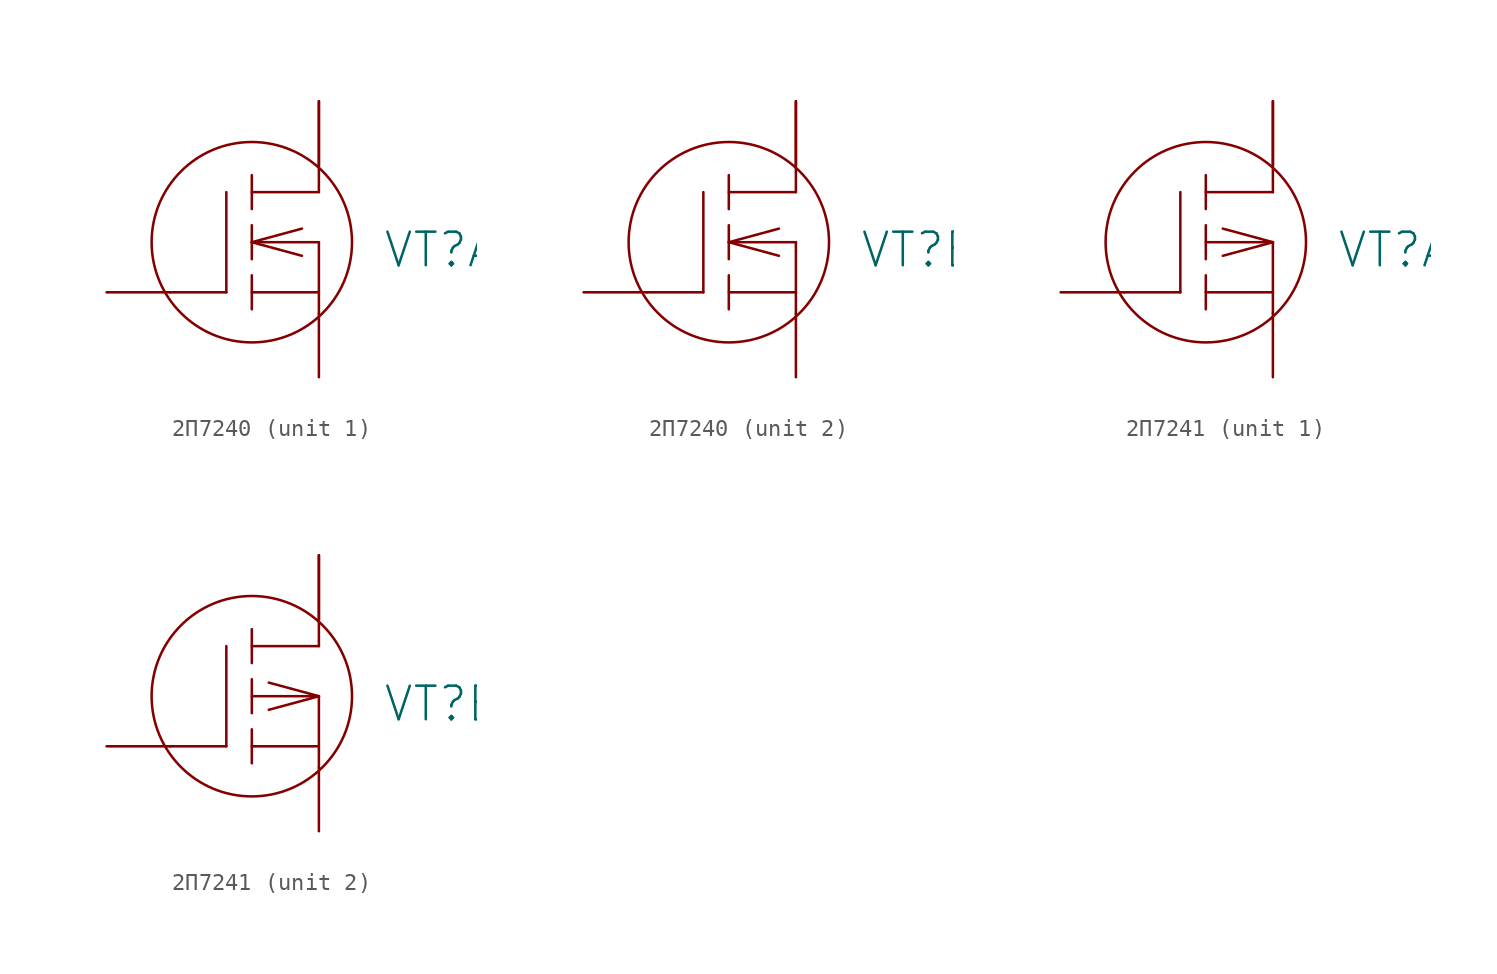
<source format=kicad_sym>
(kicad_symbol_lib
  (version 20231120)
  (generator "kicad_symbol_editor")
  (generator_version "8.0")
  (symbol "2П7240"
    (pin_numbers hide)
    (pin_names
      (offset 0) hide)
    (property "Reference" "VT"
      (at 7.62 0 0)
      (effects (font (size 2.007 2.007)) (justify left)))
    (symbol "2П7240_0_1"
      (circle (center -0.203 0.457) (radius 5.994) (stroke (width 0) (type solid)) (fill (type none)))
      (polyline (pts (xy -5.08 -2.54) (xy -1.727 -2.54)) (stroke (width 0) (type solid)) (fill (type none)))
      (polyline (pts (xy -1.727 -2.54) (xy -1.727 3.454)) (stroke (width 0) (type solid)) (fill (type none)))
      (polyline (pts (xy -0.203 -2.54) (xy 3.81 -2.54)) (stroke (width 0) (type solid)) (fill (type none)))
      (polyline (pts (xy -0.203 -1.524) (xy -0.203 -3.556)) (stroke (width 0) (type solid)) (fill (type none)))
      (polyline (pts (xy -0.203 0.457) (xy 2.794 -0.356)) (stroke (width 0) (type solid)) (fill (type none)))
      (polyline (pts (xy -0.203 0.457) (xy 2.794 1.27)) (stroke (width 0) (type solid)) (fill (type none)))
      (polyline (pts (xy -0.203 0.457) (xy 3.81 0.457)) (stroke (width 0) (type solid)) (fill (type none)))
      (polyline (pts (xy -0.203 1.473) (xy -0.203 -0.559)) (stroke (width 0) (type solid)) (fill (type none)))
      (polyline (pts (xy -0.203 3.454) (xy 3.81 3.454)) (stroke (width 0) (type solid)) (fill (type none)))
      (polyline (pts (xy -0.203 4.47) (xy -0.203 2.438)) (stroke (width 0) (type solid)) (fill (type none)))
      (polyline (pts (xy 3.81 -3.81) (xy 3.81 0.457)) (stroke (width 0) (type solid)) (fill (type none)))
      (polyline (pts (xy 3.81 5.08) (xy 3.81 3.454)) (stroke (width 0) (type solid)) (fill (type none))))
    (symbol "2П7240_1_1"
      (pin passive line (at 3.81 -7.62 90) (length 3.81) (name "S1" (effects (font (size 2.007 2.007)))) (number "1" (effects (font (size 2.007 2.007)))))
      (pin passive line (at -8.89 -2.54 0) (length 3.81) (name "G1" (effects (font (size 2.007 2.007)))) (number "2" (effects (font (size 2.007 2.007)))))
      (pin passive line (at 3.81 8.89 270) (length 3.81) (name "D1" (effects (font (size 2.007 2.007)))) (number "5" (effects (font (size 2.007 2.007)))))
      (pin passive line (at 3.81 8.89 270) (length 3.81) (name "D1" (effects (font (size 2.007 2.007)))) (number "6" (effects (font (size 2.007 2.007))))))
    (symbol "2П7240_2_1"
      (pin passive line (at 3.81 -7.62 90) (length 3.81) (name "S2" (effects (font (size 2.007 2.007)))) (number "3" (effects (font (size 2.007 2.007)))))
      (pin passive line (at -8.89 -2.54 0) (length 3.81) (name "G2" (effects (font (size 2.007 2.007)))) (number "4" (effects (font (size 2.007 2.007)))))
      (pin passive line (at 3.81 8.89 270) (length 3.81) (name "D2" (effects (font (size 2.007 2.007)))) (number "7" (effects (font (size 2.007 2.007)))))
      (pin passive line (at 3.81 8.89 270) (length 3.81) (name "D2" (effects (font (size 2.007 2.007)))) (number "8" (effects (font (size 2.007 2.007)))))))
  (symbol "2П7241"
    (pin_numbers hide)
    (pin_names
      (offset 0) hide)
    (property "Reference" "VT"
      (at 7.62 0 0)
      (effects (font (size 2.007 2.007)) (justify left)))
    (symbol "2П7241_0_1"
      (circle (center -0.203 0.457) (radius 5.994) (stroke (width 0) (type solid)) (fill (type none)))
      (polyline (pts (xy -5.08 -2.54) (xy -1.727 -2.54)) (stroke (width 0) (type solid)) (fill (type none)))
      (polyline (pts (xy -1.727 -2.54) (xy -1.727 3.454)) (stroke (width 0) (type solid)) (fill (type none)))
      (polyline (pts (xy -0.203 -2.54) (xy 3.81 -2.54)) (stroke (width 0) (type solid)) (fill (type none)))
      (polyline (pts (xy -0.203 -1.524) (xy -0.203 -3.556)) (stroke (width 0) (type solid)) (fill (type none)))
      (polyline (pts (xy -0.203 0.457) (xy 3.81 0.457)) (stroke (width 0) (type solid)) (fill (type none)))
      (polyline (pts (xy -0.203 1.473) (xy -0.203 -0.559)) (stroke (width 0) (type solid)) (fill (type none)))
      (polyline (pts (xy -0.203 3.454) (xy 3.81 3.454)) (stroke (width 0) (type solid)) (fill (type none)))
      (polyline (pts (xy -0.203 4.47) (xy -0.203 2.438)) (stroke (width 0) (type solid)) (fill (type none)))
      (polyline (pts (xy 3.81 -3.81) (xy 3.81 0.457)) (stroke (width 0) (type solid)) (fill (type none)))
      (polyline (pts (xy 3.81 0.457) (xy 0.813 -0.356)) (stroke (width 0) (type solid)) (fill (type none)))
      (polyline (pts (xy 3.81 0.457) (xy 0.813 1.27)) (stroke (width 0) (type solid)) (fill (type none)))
      (polyline (pts (xy 3.81 5.08) (xy 3.81 3.454)) (stroke (width 0) (type solid)) (fill (type none))))
    (symbol "2П7241_1_1"
      (pin passive line (at 3.81 -7.62 90) (length 3.81) (name "S1" (effects (font (size 2.007 2.007)))) (number "1" (effects (font (size 2.007 2.007)))))
      (pin passive line (at -8.89 -2.54 0) (length 3.81) (name "G1" (effects (font (size 2.007 2.007)))) (number "2" (effects (font (size 2.007 2.007)))))
      (pin passive line (at 3.81 8.89 270) (length 3.81) (name "D1" (effects (font (size 2.007 2.007)))) (number "5" (effects (font (size 2.007 2.007)))))
      (pin passive line (at 3.81 8.89 270) (length 3.81) (name "D1" (effects (font (size 2.007 2.007)))) (number "6" (effects (font (size 2.007 2.007))))))
    (symbol "2П7241_2_1"
      (pin passive line (at 3.81 -7.62 90) (length 3.81) (name "S2" (effects (font (size 2.007 2.007)))) (number "3" (effects (font (size 2.007 2.007)))))
      (pin passive line (at -8.89 -2.54 0) (length 3.81) (name "G2" (effects (font (size 2.007 2.007)))) (number "4" (effects (font (size 2.007 2.007)))))
      (pin passive line (at 3.81 8.89 270) (length 3.81) (name "D2" (effects (font (size 2.007 2.007)))) (number "7" (effects (font (size 2.007 2.007)))))
      (pin passive line (at 3.81 8.89 270) (length 3.81) (name "D2" (effects (font (size 2.007 2.007)))) (number "8" (effects (font (size 2.007 2.007))))))))
</source>
